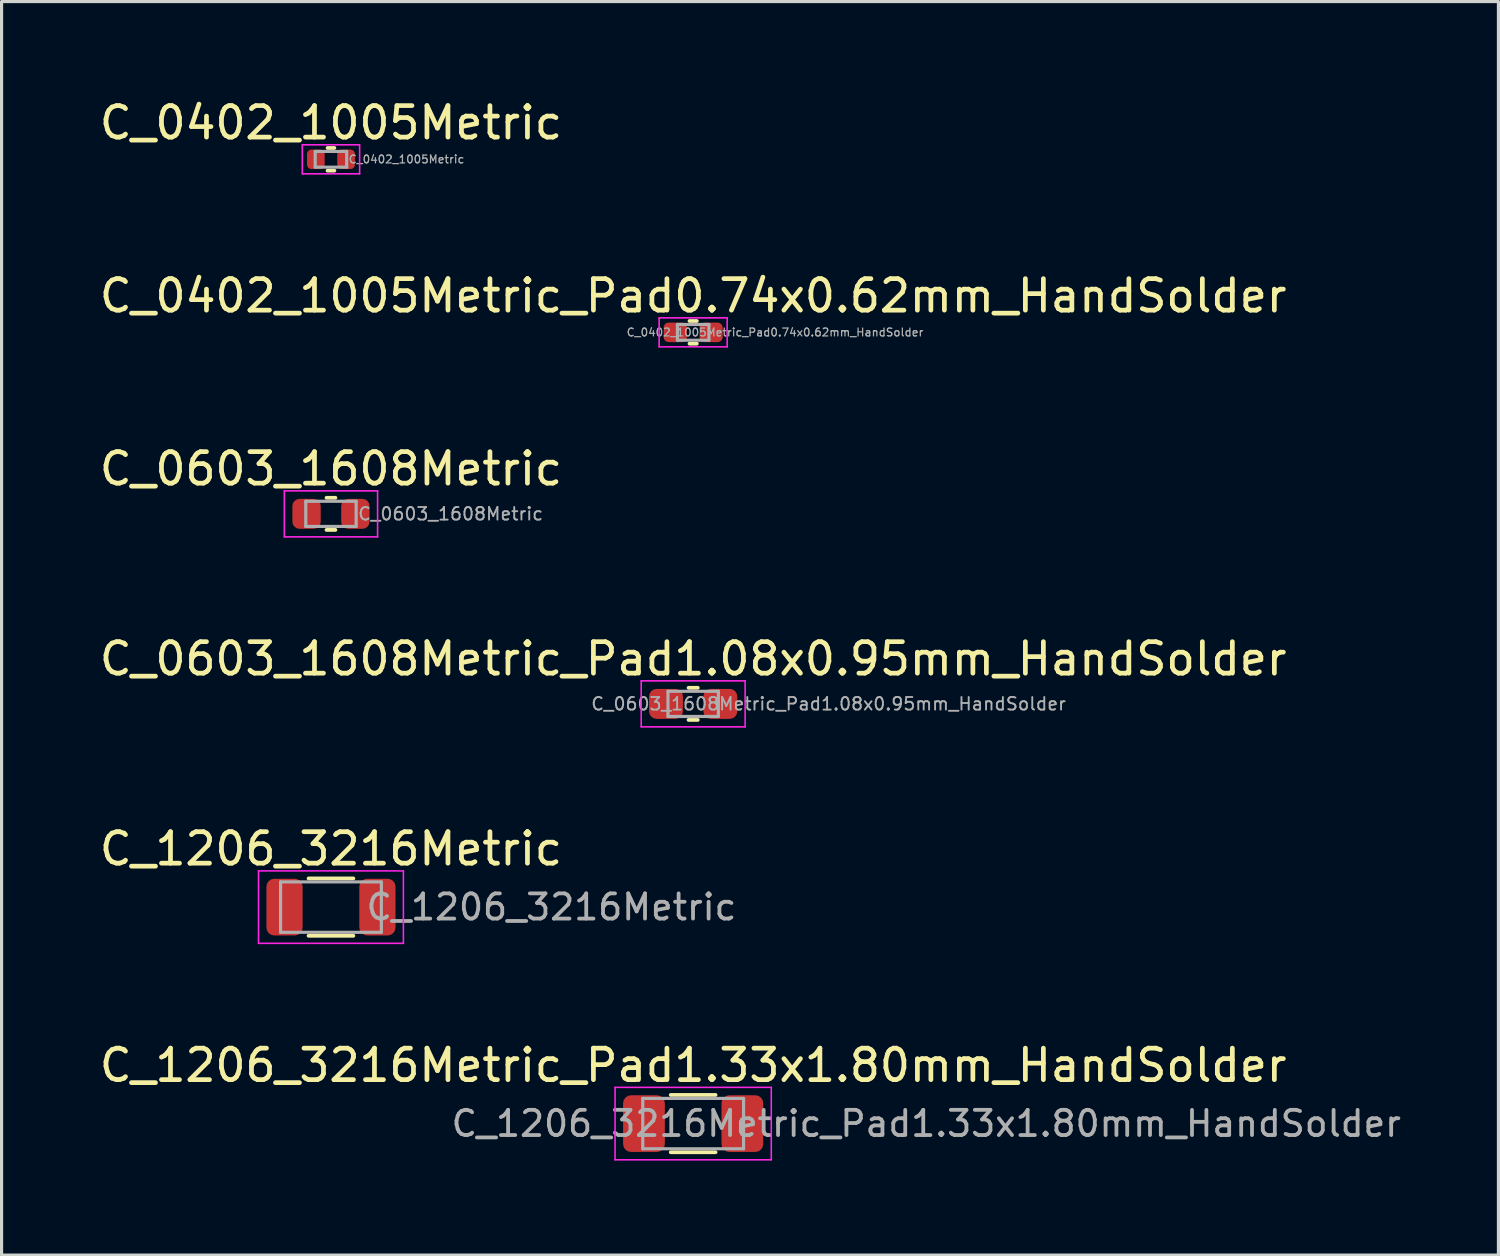
<source format=kicad_pcb>
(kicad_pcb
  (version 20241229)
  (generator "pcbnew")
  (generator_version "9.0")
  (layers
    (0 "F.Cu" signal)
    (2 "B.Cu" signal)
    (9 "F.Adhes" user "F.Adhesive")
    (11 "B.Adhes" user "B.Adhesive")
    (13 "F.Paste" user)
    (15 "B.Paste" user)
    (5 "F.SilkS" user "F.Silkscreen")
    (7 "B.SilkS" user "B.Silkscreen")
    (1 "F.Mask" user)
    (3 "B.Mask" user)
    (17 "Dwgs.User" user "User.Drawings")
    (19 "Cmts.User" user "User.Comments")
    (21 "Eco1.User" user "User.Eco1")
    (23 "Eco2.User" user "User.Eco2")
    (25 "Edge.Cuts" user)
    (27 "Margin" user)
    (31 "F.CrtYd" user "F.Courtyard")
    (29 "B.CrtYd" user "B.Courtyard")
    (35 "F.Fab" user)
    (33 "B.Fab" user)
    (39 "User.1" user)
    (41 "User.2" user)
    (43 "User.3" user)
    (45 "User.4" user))
  (footprint "C_1206_3216Metric"
    (layer "F.Cu")
    (at 7.458 25.751)
    (property "Reference" "C_1206_3216Metric" (at 0 -1.85 0) (layer "F.SilkS") (effects (font (size 1 1) (thickness 0.15))))
    (attr smd)
    (fp_line (start -0.711 -0.91) (end 0.711 -0.91) (stroke (width 0.12) (type solid)) (layer "F.SilkS"))
    (fp_line (start -0.711 0.91) (end 0.711 0.91) (stroke (width 0.12) (type solid)) (layer "F.SilkS"))
    (fp_line (start -2.3 -1.15) (end 2.3 -1.15) (stroke (width 0.05) (type solid)) (layer "F.CrtYd"))
    (fp_line (start -2.3 1.15) (end -2.3 -1.15) (stroke (width 0.05) (type solid)) (layer "F.CrtYd"))
    (fp_line (start 2.3 -1.15) (end 2.3 1.15) (stroke (width 0.05) (type solid)) (layer "F.CrtYd"))
    (fp_line (start 2.3 1.15) (end -2.3 1.15) (stroke (width 0.05) (type solid)) (layer "F.CrtYd"))
    (fp_line (start -1.6 -0.8) (end 1.6 -0.8) (stroke (width 0.1) (type solid)) (layer "F.Fab"))
    (fp_line (start -1.6 0.8) (end -1.6 -0.8) (stroke (width 0.1) (type solid)) (layer "F.Fab"))
    (fp_line (start 1.6 -0.8) (end 1.6 0.8) (stroke (width 0.1) (type solid)) (layer "F.Fab"))
    (fp_line (start 1.6 0.8) (end -1.6 0.8) (stroke (width 0.1) (type solid)) (layer "F.Fab"))
    (fp_text user "${REFERENCE}" (at 7 0 0) (layer "F.Fab") (effects (font (size 0.8 0.8) (thickness 0.12))))
    (pad "1" smd roundrect (at -1.475 0) (size 1.15 1.8) (layers "F.Cu" "F.Mask" "F.Paste") (roundrect_rratio 0.217))
    (pad "2" smd roundrect (at 1.475 0) (size 1.15 1.8) (layers "F.Cu" "F.Mask" "F.Paste") (roundrect_rratio 0.217)))
  (footprint "C_0402_1005Metric"
    (layer "F.Cu")
    (at 7.458 2.008)
    (property "Reference" "C_0402_1005Metric" (at 0 -1.16 0) (layer "F.SilkS") (effects (font (size 1 1) (thickness 0.15))))
    (attr smd)
    (fp_line (start -0.108 -0.36) (end 0.108 -0.36) (stroke (width 0.12) (type solid)) (layer "F.SilkS"))
    (fp_line (start -0.108 0.36) (end 0.108 0.36) (stroke (width 0.12) (type solid)) (layer "F.SilkS"))
    (fp_line (start -0.91 -0.46) (end 0.91 -0.46) (stroke (width 0.05) (type solid)) (layer "F.CrtYd"))
    (fp_line (start -0.91 0.46) (end -0.91 -0.46) (stroke (width 0.05) (type solid)) (layer "F.CrtYd"))
    (fp_line (start 0.91 -0.46) (end 0.91 0.46) (stroke (width 0.05) (type solid)) (layer "F.CrtYd"))
    (fp_line (start 0.91 0.46) (end -0.91 0.46) (stroke (width 0.05) (type solid)) (layer "F.CrtYd"))
    (fp_line (start -0.5 -0.25) (end 0.5 -0.25) (stroke (width 0.1) (type solid)) (layer "F.Fab"))
    (fp_line (start -0.5 0.25) (end -0.5 -0.25) (stroke (width 0.1) (type solid)) (layer "F.Fab"))
    (fp_line (start 0.5 -0.25) (end 0.5 0.25) (stroke (width 0.1) (type solid)) (layer "F.Fab"))
    (fp_line (start 0.5 0.25) (end -0.5 0.25) (stroke (width 0.1) (type solid)) (layer "F.Fab"))
    (fp_text user "${REFERENCE}" (at 2.4 0 0) (layer "F.Fab") (effects (font (size 0.25 0.25) (thickness 0.04))))
    (pad "1" smd roundrect (at -0.48 0) (size 0.56 0.62) (layers "F.Cu" "F.Mask" "F.Paste") (roundrect_rratio 0.25))
    (pad "2" smd roundrect (at 0.48 0) (size 0.56 0.62) (layers "F.Cu" "F.Mask" "F.Paste") (roundrect_rratio 0.25)))
  (footprint "C_0402_1005Metric_Pad0.74x0.62mm_HandSolder"
    (layer "F.Cu")
    (at 18.958 7.502)
    (property "Reference" "C_0402_1005Metric_Pad0.74x0.62mm_HandSolder" (at 0 -1.16 0) (layer "F.SilkS") (effects (font (size 1 1) (thickness 0.15))))
    (attr smd)
    (fp_line (start -0.116 -0.36) (end 0.116 -0.36) (stroke (width 0.12) (type solid)) (layer "F.SilkS"))
    (fp_line (start -0.116 0.36) (end 0.116 0.36) (stroke (width 0.12) (type solid)) (layer "F.SilkS"))
    (fp_line (start -1.08 -0.46) (end 1.08 -0.46) (stroke (width 0.05) (type solid)) (layer "F.CrtYd"))
    (fp_line (start -1.08 0.46) (end -1.08 -0.46) (stroke (width 0.05) (type solid)) (layer "F.CrtYd"))
    (fp_line (start 1.08 -0.46) (end 1.08 0.46) (stroke (width 0.05) (type solid)) (layer "F.CrtYd"))
    (fp_line (start 1.08 0.46) (end -1.08 0.46) (stroke (width 0.05) (type solid)) (layer "F.CrtYd"))
    (fp_line (start -0.5 -0.25) (end 0.5 -0.25) (stroke (width 0.1) (type solid)) (layer "F.Fab"))
    (fp_line (start -0.5 0.25) (end -0.5 -0.25) (stroke (width 0.1) (type solid)) (layer "F.Fab"))
    (fp_line (start 0.5 -0.25) (end 0.5 0.25) (stroke (width 0.1) (type solid)) (layer "F.Fab"))
    (fp_line (start 0.5 0.25) (end -0.5 0.25) (stroke (width 0.1) (type solid)) (layer "F.Fab"))
    (fp_text user "${REFERENCE}" (at 2.6 0 0) (layer "F.Fab") (effects (font (size 0.25 0.25) (thickness 0.04))))
    (pad "1" smd roundrect (at -0.568 0) (size 0.735 0.62) (layers "F.Cu" "F.Mask" "F.Paste") (roundrect_rratio 0.25))
    (pad "2" smd roundrect (at 0.568 0) (size 0.735 0.62) (layers "F.Cu" "F.Mask" "F.Paste") (roundrect_rratio 0.25)))
  (footprint "C_1206_3216Metric_Pad1.33x1.80mm_HandSolder"
    (layer "F.Cu")
    (at 18.958 32.624)
    (property "Reference" "C_1206_3216Metric_Pad1.33x1.80mm_HandSolder" (at 0 -1.85 0) (layer "F.SilkS") (effects (font (size 1 1) (thickness 0.15))))
    (attr smd)
    (fp_line (start -0.711 -0.91) (end 0.711 -0.91) (stroke (width 0.12) (type solid)) (layer "F.SilkS"))
    (fp_line (start -0.711 0.91) (end 0.711 0.91) (stroke (width 0.12) (type solid)) (layer "F.SilkS"))
    (fp_line (start -2.48 -1.15) (end 2.48 -1.15) (stroke (width 0.05) (type solid)) (layer "F.CrtYd"))
    (fp_line (start -2.48 1.15) (end -2.48 -1.15) (stroke (width 0.05) (type solid)) (layer "F.CrtYd"))
    (fp_line (start 2.48 -1.15) (end 2.48 1.15) (stroke (width 0.05) (type solid)) (layer "F.CrtYd"))
    (fp_line (start 2.48 1.15) (end -2.48 1.15) (stroke (width 0.05) (type solid)) (layer "F.CrtYd"))
    (fp_line (start -1.6 -0.8) (end 1.6 -0.8) (stroke (width 0.1) (type solid)) (layer "F.Fab"))
    (fp_line (start -1.6 0.8) (end -1.6 -0.8) (stroke (width 0.1) (type solid)) (layer "F.Fab"))
    (fp_line (start 1.6 -0.8) (end 1.6 0.8) (stroke (width 0.1) (type solid)) (layer "F.Fab"))
    (fp_line (start 1.6 0.8) (end -1.6 0.8) (stroke (width 0.1) (type solid)) (layer "F.Fab"))
    (fp_text user "${REFERENCE}" (at 7.4 0 0) (layer "F.Fab") (effects (font (size 0.8 0.8) (thickness 0.12))))
    (pad "1" smd roundrect (at -1.562 0) (size 1.325 1.8) (layers "F.Cu" "F.Mask" "F.Paste") (roundrect_rratio 0.189))
    (pad "2" smd roundrect (at 1.562 0) (size 1.325 1.8) (layers "F.Cu" "F.Mask" "F.Paste") (roundrect_rratio 0.189)))
  (footprint "C_0603_1608Metric_Pad1.08x0.95mm_HandSolder"
    (layer "F.Cu")
    (at 18.958 19.298)
    (property "Reference" "C_0603_1608Metric_Pad1.08x0.95mm_HandSolder" (at 0 -1.43 0) (layer "F.SilkS") (effects (font (size 1 1) (thickness 0.15))))
    (attr smd)
    (fp_line (start -0.146 -0.51) (end 0.146 -0.51) (stroke (width 0.12) (type solid)) (layer "F.SilkS"))
    (fp_line (start -0.146 0.51) (end 0.146 0.51) (stroke (width 0.12) (type solid)) (layer "F.SilkS"))
    (fp_line (start -1.65 -0.73) (end 1.65 -0.73) (stroke (width 0.05) (type solid)) (layer "F.CrtYd"))
    (fp_line (start -1.65 0.73) (end -1.65 -0.73) (stroke (width 0.05) (type solid)) (layer "F.CrtYd"))
    (fp_line (start 1.65 -0.73) (end 1.65 0.73) (stroke (width 0.05) (type solid)) (layer "F.CrtYd"))
    (fp_line (start 1.65 0.73) (end -1.65 0.73) (stroke (width 0.05) (type solid)) (layer "F.CrtYd"))
    (fp_line (start -0.8 -0.4) (end 0.8 -0.4) (stroke (width 0.1) (type solid)) (layer "F.Fab"))
    (fp_line (start -0.8 0.4) (end -0.8 -0.4) (stroke (width 0.1) (type solid)) (layer "F.Fab"))
    (fp_line (start 0.8 -0.4) (end 0.8 0.4) (stroke (width 0.1) (type solid)) (layer "F.Fab"))
    (fp_line (start 0.8 0.4) (end -0.8 0.4) (stroke (width 0.1) (type solid)) (layer "F.Fab"))
    (fp_text user "${REFERENCE}" (at 4.3 0 0) (layer "F.Fab") (effects (font (size 0.4 0.4) (thickness 0.06))))
    (pad "1" smd roundrect (at -0.863 0) (size 1.075 0.95) (layers "F.Cu" "F.Mask" "F.Paste") (roundrect_rratio 0.25))
    (pad "2" smd roundrect (at 0.863 0) (size 1.075 0.95) (layers "F.Cu" "F.Mask" "F.Paste") (roundrect_rratio 0.25)))
  (footprint "C_0603_1608Metric"
    (layer "F.Cu")
    (at 7.458 13.265)
    (property "Reference" "C_0603_1608Metric" (at 0 -1.43 0) (layer "F.SilkS") (effects (font (size 1 1) (thickness 0.15))))
    (attr smd)
    (fp_line (start -0.141 -0.51) (end 0.141 -0.51) (stroke (width 0.12) (type solid)) (layer "F.SilkS"))
    (fp_line (start -0.141 0.51) (end 0.141 0.51) (stroke (width 0.12) (type solid)) (layer "F.SilkS"))
    (fp_line (start -1.48 -0.73) (end 1.48 -0.73) (stroke (width 0.05) (type solid)) (layer "F.CrtYd"))
    (fp_line (start -1.48 0.73) (end -1.48 -0.73) (stroke (width 0.05) (type solid)) (layer "F.CrtYd"))
    (fp_line (start 1.48 -0.73) (end 1.48 0.73) (stroke (width 0.05) (type solid)) (layer "F.CrtYd"))
    (fp_line (start 1.48 0.73) (end -1.48 0.73) (stroke (width 0.05) (type solid)) (layer "F.CrtYd"))
    (fp_line (start -0.8 -0.4) (end 0.8 -0.4) (stroke (width 0.1) (type solid)) (layer "F.Fab"))
    (fp_line (start -0.8 0.4) (end -0.8 -0.4) (stroke (width 0.1) (type solid)) (layer "F.Fab"))
    (fp_line (start 0.8 -0.4) (end 0.8 0.4) (stroke (width 0.1) (type solid)) (layer "F.Fab"))
    (fp_line (start 0.8 0.4) (end -0.8 0.4) (stroke (width 0.1) (type solid)) (layer "F.Fab"))
    (fp_text user "${REFERENCE}" (at 3.8 0 0) (layer "F.Fab") (effects (font (size 0.4 0.4) (thickness 0.06))))
    (pad "1" smd roundrect (at -0.775 0) (size 0.9 0.95) (layers "F.Cu" "F.Mask" "F.Paste") (roundrect_rratio 0.25))
    (pad "2" smd roundrect (at 0.775 0) (size 0.9 0.95) (layers "F.Cu" "F.Mask" "F.Paste") (roundrect_rratio 0.25)))
  (gr_rect
    (start -3 -3)
    (end 44.525 36.8)
    (stroke (width 0.1) (type default))
    (fill no)
    (layer "Edge.Cuts")))
</source>
